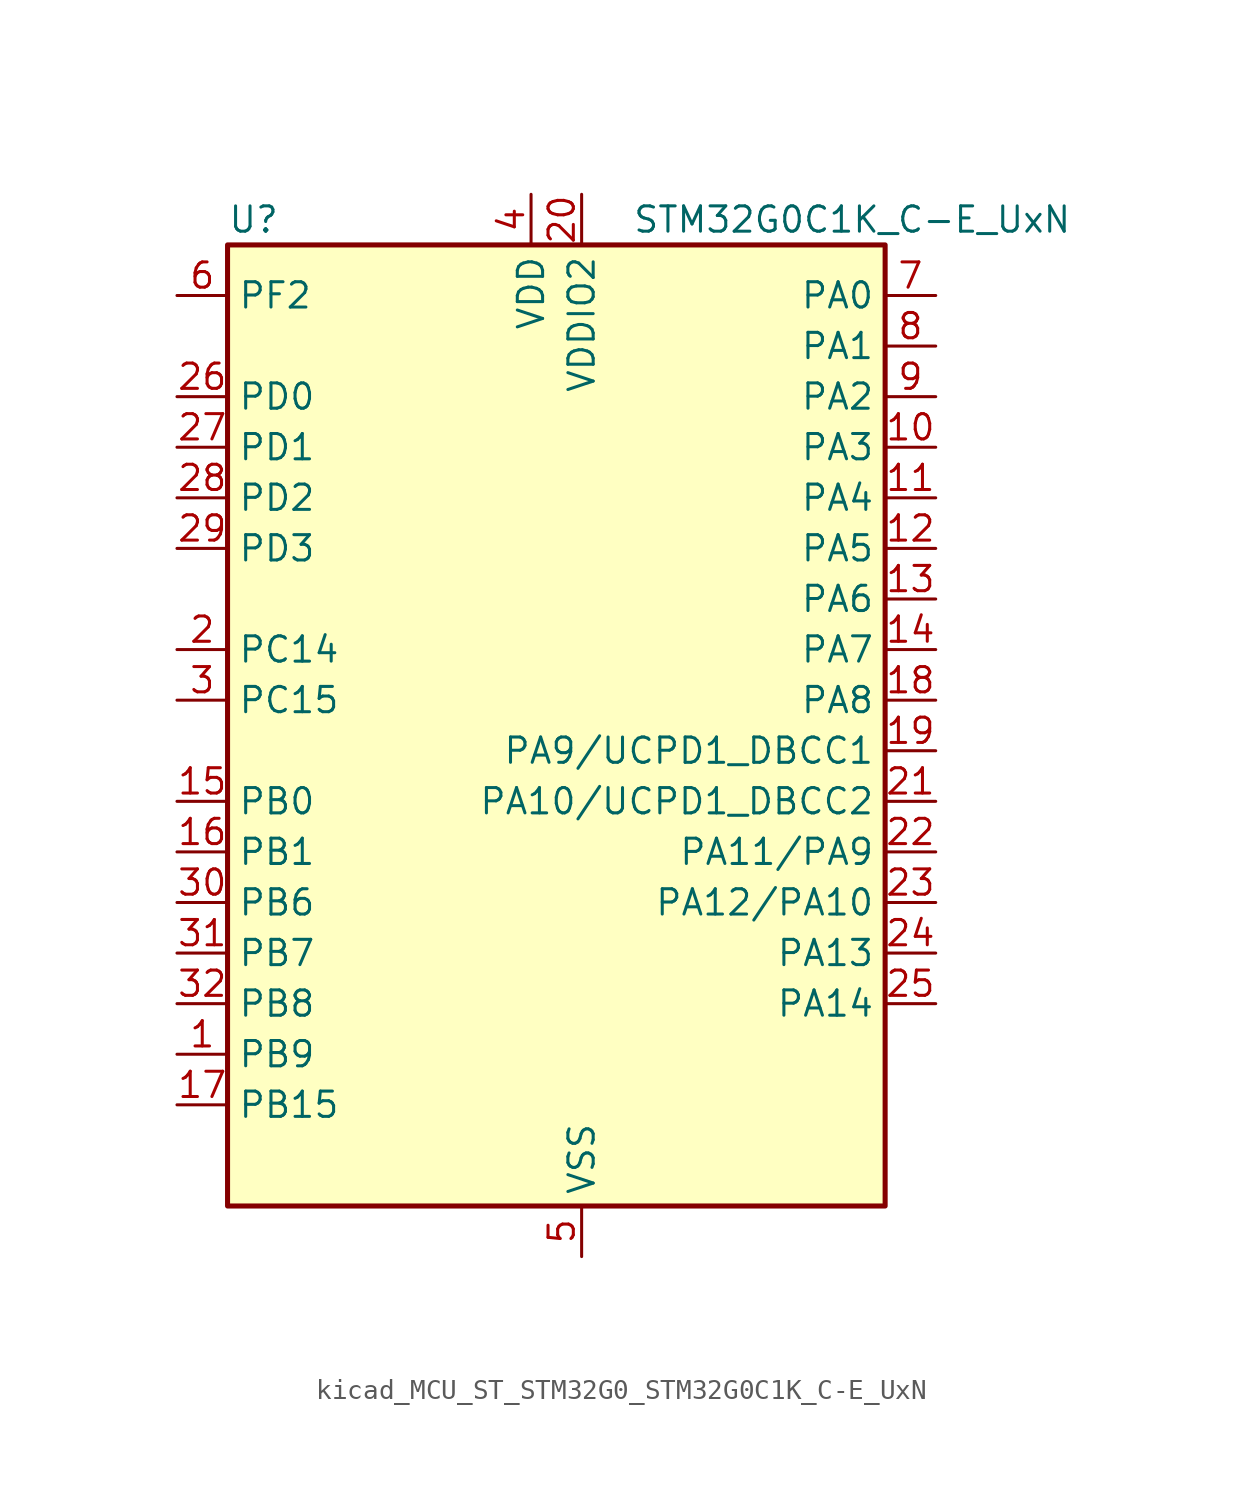
<source format=kicad_sym>
(kicad_symbol_lib
  (version 20220914)
  (generator kicad_symbol_editor)
  (symbol "kicad_MCU_ST_STM32G0_STM32G0C1K_C-E_UxN"
    (property "Reference" "U"
      (at -15.24 26.67 0)
      (effects (font (size 1.27 1.27)) (justify left)))
    (property "Value" "STM32G0C1K_C-E_UxN"
      (at 5.08 26.67 0)
      (effects (font (size 1.27 1.27)) (justify left)))
    (property "ki_locked" ""
      (at 0 0 0)
      (effects (font (size 1.27 1.27))))
    (symbol "kicad_MCU_ST_STM32G0_STM32G0C1K_C-E_UxN_0_1"
      (rectangle (start -15.24 -22.86) (end 17.78 25.4) (stroke (width 0.254) (type default)) (fill (type background))))
    (symbol "kicad_MCU_ST_STM32G0_STM32G0C1K_C-E_UxN_1_1"
      (pin bidirectional line (at -17.78 -15.24 0) (length 2.54) (name "PB9" (effects (font (size 1.27 1.27)))) (number "1" (effects (font (size 1.27 1.27)))) (alternate "DAC1_EXTI9" bidirectional line) (alternate "FDCAN1_TX" bidirectional line) (alternate "I2C1_SDA" bidirectional line) (alternate "I2S2_WS" bidirectional line) (alternate "IR_OUT" bidirectional line) (alternate "SPI2_NSS" bidirectional line) (alternate "TIM17_CH1" bidirectional line) (alternate "TIM4_CH4" bidirectional line) (alternate "UCPD2_FRSTX1" bidirectional line) (alternate "UCPD2_FRSTX2" bidirectional line) (alternate "USART3_RX" bidirectional line) (alternate "USART6_RX" bidirectional line))
      (pin bidirectional line (at 20.32 15.24 180) (length 2.54) (name "PA3" (effects (font (size 1.27 1.27)))) (number "10" (effects (font (size 1.27 1.27)))) (alternate "ADC1_IN3" bidirectional line) (alternate "COMP2_INP" bidirectional line) (alternate "I2S2_MCK" bidirectional line) (alternate "LPUART1_RX" bidirectional line) (alternate "SPI2_MISO" bidirectional line) (alternate "TIM15_CH2" bidirectional line) (alternate "TIM2_CH4" bidirectional line) (alternate "UCPD2_FRSTX1" bidirectional line) (alternate "UCPD2_FRSTX2" bidirectional line) (alternate "USART2_RX" bidirectional line))
      (pin bidirectional line (at 20.32 12.7 180) (length 2.54) (name "PA4" (effects (font (size 1.27 1.27)))) (number "11" (effects (font (size 1.27 1.27)))) (alternate "ADC1_IN4" bidirectional line) (alternate "DAC1_OUT1" bidirectional line) (alternate "I2S1_WS" bidirectional line) (alternate "I2S2_SD" bidirectional line) (alternate "LPTIM2_OUT" bidirectional line) (alternate "RTC_OUT1" bidirectional line) (alternate "RTC_TAMP_IN1" bidirectional line) (alternate "RTC_TS" bidirectional line) (alternate "SPI1_NSS" bidirectional line) (alternate "SPI2_MOSI" bidirectional line) (alternate "SYS_WKUP2" bidirectional line) (alternate "TIM14_CH1" bidirectional line) (alternate "UCPD2_FRSTX1" bidirectional line) (alternate "UCPD2_FRSTX2" bidirectional line) (alternate "USART6_TX" bidirectional line) (alternate "USB_NOE" bidirectional line))
      (pin bidirectional line (at 20.32 10.16 180) (length 2.54) (name "PA5" (effects (font (size 1.27 1.27)))) (number "12" (effects (font (size 1.27 1.27)))) (alternate "ADC1_IN5" bidirectional line) (alternate "CEC" bidirectional line) (alternate "DAC1_OUT2" bidirectional line) (alternate "I2S1_CK" bidirectional line) (alternate "LPTIM2_ETR" bidirectional line) (alternate "SPI1_SCK" bidirectional line) (alternate "TIM2_CH1" bidirectional line) (alternate "TIM2_ETR" bidirectional line) (alternate "UCPD1_FRSTX1" bidirectional line) (alternate "UCPD1_FRSTX2" bidirectional line) (alternate "USART3_TX" bidirectional line) (alternate "USART6_RX" bidirectional line))
      (pin bidirectional line (at 20.32 7.62 180) (length 2.54) (name "PA6" (effects (font (size 1.27 1.27)))) (number "13" (effects (font (size 1.27 1.27)))) (alternate "ADC1_IN6" bidirectional line) (alternate "COMP1_OUT" bidirectional line) (alternate "I2C2_SDA" bidirectional line) (alternate "I2C3_SDA" bidirectional line) (alternate "I2S1_MCK" bidirectional line) (alternate "LPUART1_CTS" bidirectional line) (alternate "SPI1_MISO" bidirectional line) (alternate "TIM16_CH1" bidirectional line) (alternate "TIM1_BK" bidirectional line) (alternate "TIM3_CH1" bidirectional line) (alternate "USART3_CTS" bidirectional line) (alternate "USART3_NSS" bidirectional line) (alternate "USART6_CTS" bidirectional line) (alternate "USART6_NSS" bidirectional line))
      (pin bidirectional line (at 20.32 5.08 180) (length 2.54) (name "PA7" (effects (font (size 1.27 1.27)))) (number "14" (effects (font (size 1.27 1.27)))) (alternate "ADC1_IN7" bidirectional line) (alternate "COMP2_OUT" bidirectional line) (alternate "I2C2_SCL" bidirectional line) (alternate "I2C3_SCL" bidirectional line) (alternate "I2S1_SD" bidirectional line) (alternate "SPI1_MOSI" bidirectional line) (alternate "TIM14_CH1" bidirectional line) (alternate "TIM17_CH1" bidirectional line) (alternate "TIM1_CH1N" bidirectional line) (alternate "TIM3_CH2" bidirectional line) (alternate "UCPD1_FRSTX1" bidirectional line) (alternate "UCPD1_FRSTX2" bidirectional line) (alternate "USART6_CK" bidirectional line) (alternate "USART6_DE" bidirectional line) (alternate "USART6_RTS" bidirectional line))
      (pin bidirectional line (at -17.78 -2.54 0) (length 2.54) (name "PB0" (effects (font (size 1.27 1.27)))) (number "15" (effects (font (size 1.27 1.27)))) (alternate "ADC1_IN8" bidirectional line) (alternate "COMP1_OUT" bidirectional line) (alternate "COMP3_INP" bidirectional line) (alternate "FDCAN2_RX" bidirectional line) (alternate "I2S1_WS" bidirectional line) (alternate "LPTIM1_OUT" bidirectional line) (alternate "LPUART2_CTS" bidirectional line) (alternate "SPI1_NSS" bidirectional line) (alternate "TIM1_CH2N" bidirectional line) (alternate "TIM3_CH3" bidirectional line) (alternate "UCPD1_FRSTX1" bidirectional line) (alternate "UCPD1_FRSTX2" bidirectional line) (alternate "USART3_RX" bidirectional line) (alternate "USART5_TX" bidirectional line))
      (pin bidirectional line (at -17.78 -5.08 0) (length 2.54) (name "PB1" (effects (font (size 1.27 1.27)))) (number "16" (effects (font (size 1.27 1.27)))) (alternate "ADC1_IN9" bidirectional line) (alternate "COMP1_INM" bidirectional line) (alternate "COMP3_OUT" bidirectional line) (alternate "FDCAN2_TX" bidirectional line) (alternate "LPTIM2_IN1" bidirectional line) (alternate "LPUART1_DE" bidirectional line) (alternate "LPUART1_RTS" bidirectional line) (alternate "LPUART2_DE" bidirectional line) (alternate "LPUART2_RTS" bidirectional line) (alternate "TIM14_CH1" bidirectional line) (alternate "TIM1_CH3N" bidirectional line) (alternate "TIM3_CH4" bidirectional line) (alternate "USART3_CK" bidirectional line) (alternate "USART3_DE" bidirectional line) (alternate "USART3_RTS" bidirectional line) (alternate "USART5_RX" bidirectional line))
      (pin bidirectional line (at -17.78 -17.78 0) (length 2.54) (name "PB15" (effects (font (size 1.27 1.27)))) (number "17" (effects (font (size 1.27 1.27)))) (alternate "I2S2_SD" bidirectional line) (alternate "RTC_REFIN" bidirectional line) (alternate "SPI2_MOSI" bidirectional line) (alternate "TIM15_CH1N" bidirectional line) (alternate "TIM15_CH2" bidirectional line) (alternate "TIM1_CH3N" bidirectional line) (alternate "UCPD1_CC2" bidirectional line) (alternate "USART6_CTS" bidirectional line) (alternate "USART6_NSS" bidirectional line))
      (pin bidirectional line (at 20.32 2.54 180) (length 2.54) (name "PA8" (effects (font (size 1.27 1.27)))) (number "18" (effects (font (size 1.27 1.27)))) (alternate "CRS1_SYNC" bidirectional line) (alternate "I2C2_SMBA" bidirectional line) (alternate "I2S2_WS" bidirectional line) (alternate "LPTIM2_OUT" bidirectional line) (alternate "RCC_MCO" bidirectional line) (alternate "SPI2_NSS" bidirectional line) (alternate "TIM1_CH1" bidirectional line) (alternate "UCPD1_CC1" bidirectional line))
      (pin bidirectional line (at 20.32 0 180) (length 2.54) (name "PA9/UCPD1_DBCC1" (effects (font (size 1.27 1.27)))) (number "19" (effects (font (size 1.27 1.27)))) (alternate "DAC1_EXTI9" bidirectional line) (alternate "I2C1_SCL" bidirectional line) (alternate "I2C2_SCL" bidirectional line) (alternate "I2S2_MCK" bidirectional line) (alternate "RCC_MCO" bidirectional line) (alternate "SPI2_MISO" bidirectional line) (alternate "TIM15_BK" bidirectional line) (alternate "TIM1_CH2" bidirectional line) (alternate "UCPD1_DBCC1" bidirectional line) (alternate "USART1_TX" bidirectional line))
      (pin bidirectional line (at -17.78 5.08 0) (length 2.54) (name "PC14" (effects (font (size 1.27 1.27)))) (number "2" (effects (font (size 1.27 1.27)))) (alternate "RCC_OSC32_IN" bidirectional line) (alternate "RCC_OSC_IN" bidirectional line) (alternate "TIM1_BK2" bidirectional line))
      (pin power_in line (at 2.54 27.94 270) (length 2.54) (name "VDDIO2" (effects (font (size 1.27 1.27)))) (number "20" (effects (font (size 1.27 1.27)))))
      (pin bidirectional line (at 20.32 -2.54 180) (length 2.54) (name "PA10/UCPD1_DBCC2" (effects (font (size 1.27 1.27)))) (number "21" (effects (font (size 1.27 1.27)))) (alternate "I2C1_SDA" bidirectional line) (alternate "I2C2_SDA" bidirectional line) (alternate "I2S2_SD" bidirectional line) (alternate "RCC_MCO_2" bidirectional line) (alternate "SPI2_MOSI" bidirectional line) (alternate "TIM17_BK" bidirectional line) (alternate "TIM1_CH3" bidirectional line) (alternate "UCPD1_DBCC2" bidirectional line) (alternate "USART1_RX" bidirectional line))
      (pin bidirectional line (at 20.32 -5.08 180) (length 2.54) (name "PA11/PA9" (effects (font (size 1.27 1.27)))) (number "22" (effects (font (size 1.27 1.27)))) (alternate "ADC1_EXTI11" bidirectional line) (alternate "COMP1_OUT" bidirectional line) (alternate "FDCAN1_RX" bidirectional line) (alternate "I2C2_SCL" bidirectional line) (alternate "I2S1_MCK" bidirectional line) (alternate "SPI1_MISO" bidirectional line) (alternate "TIM1_BK2" bidirectional line) (alternate "TIM1_CH4" bidirectional line) (alternate "USART1_CTS" bidirectional line) (alternate "USART1_NSS" bidirectional line) (alternate "USB_DM" bidirectional line))
      (pin bidirectional line (at 20.32 -7.62 180) (length 2.54) (name "PA12/PA10" (effects (font (size 1.27 1.27)))) (number "23" (effects (font (size 1.27 1.27)))) (alternate "COMP2_OUT" bidirectional line) (alternate "FDCAN1_TX" bidirectional line) (alternate "I2C2_SDA" bidirectional line) (alternate "I2S1_SD" bidirectional line) (alternate "I2S_CKIN" bidirectional line) (alternate "SPI1_MOSI" bidirectional line) (alternate "TIM1_ETR" bidirectional line) (alternate "USART1_CK" bidirectional line) (alternate "USART1_DE" bidirectional line) (alternate "USART1_RTS" bidirectional line) (alternate "USB_DP" bidirectional line))
      (pin bidirectional line (at 20.32 -10.16 180) (length 2.54) (name "PA13" (effects (font (size 1.27 1.27)))) (number "24" (effects (font (size 1.27 1.27)))) (alternate "IR_OUT" bidirectional line) (alternate "LPUART2_RX" bidirectional line) (alternate "SYS_SWDIO" bidirectional line) (alternate "USB_NOE" bidirectional line))
      (pin bidirectional line (at 20.32 -12.7 180) (length 2.54) (name "PA14" (effects (font (size 1.27 1.27)))) (number "25" (effects (font (size 1.27 1.27)))) (alternate "LPUART2_TX" bidirectional line) (alternate "SYS_SWCLK" bidirectional line) (alternate "USART2_TX" bidirectional line))
      (pin bidirectional line (at -17.78 17.78 0) (length 2.54) (name "PD0" (effects (font (size 1.27 1.27)))) (number "26" (effects (font (size 1.27 1.27)))) (alternate "FDCAN1_RX" bidirectional line) (alternate "I2S2_WS" bidirectional line) (alternate "SPI2_NSS" bidirectional line) (alternate "TIM16_CH1" bidirectional line) (alternate "UCPD2_CC1" bidirectional line))
      (pin bidirectional line (at -17.78 15.24 0) (length 2.54) (name "PD1" (effects (font (size 1.27 1.27)))) (number "27" (effects (font (size 1.27 1.27)))) (alternate "FDCAN1_TX" bidirectional line) (alternate "I2S2_CK" bidirectional line) (alternate "SPI2_SCK" bidirectional line) (alternate "TIM17_CH1" bidirectional line) (alternate "UCPD2_DBCC1" bidirectional line))
      (pin bidirectional line (at -17.78 12.7 0) (length 2.54) (name "PD2" (effects (font (size 1.27 1.27)))) (number "28" (effects (font (size 1.27 1.27)))) (alternate "TIM1_CH1N" bidirectional line) (alternate "TIM3_ETR" bidirectional line) (alternate "UCPD2_CC2" bidirectional line) (alternate "USART3_CK" bidirectional line) (alternate "USART3_DE" bidirectional line) (alternate "USART3_RTS" bidirectional line) (alternate "USART5_RX" bidirectional line))
      (pin bidirectional line (at -17.78 10.16 0) (length 2.54) (name "PD3" (effects (font (size 1.27 1.27)))) (number "29" (effects (font (size 1.27 1.27)))) (alternate "I2S2_MCK" bidirectional line) (alternate "SPI2_MISO" bidirectional line) (alternate "TIM1_CH2N" bidirectional line) (alternate "UCPD2_DBCC2" bidirectional line) (alternate "USART2_CTS" bidirectional line) (alternate "USART2_NSS" bidirectional line) (alternate "USART5_TX" bidirectional line))
      (pin bidirectional line (at -17.78 2.54 0) (length 2.54) (name "PC15" (effects (font (size 1.27 1.27)))) (number "3" (effects (font (size 1.27 1.27)))) (alternate "RCC_OSC32_EN" bidirectional line) (alternate "RCC_OSC32_OUT" bidirectional line) (alternate "RCC_OSC_EN" bidirectional line) (alternate "TIM15_BK" bidirectional line))
      (pin bidirectional line (at -17.78 -7.62 0) (length 2.54) (name "PB6" (effects (font (size 1.27 1.27)))) (number "30" (effects (font (size 1.27 1.27)))) (alternate "COMP2_INP" bidirectional line) (alternate "FDCAN2_TX" bidirectional line) (alternate "I2C1_SCL" bidirectional line) (alternate "I2S2_MCK" bidirectional line) (alternate "LPTIM1_ETR" bidirectional line) (alternate "LPUART2_TX" bidirectional line) (alternate "SPI2_MISO" bidirectional line) (alternate "TIM16_CH1N" bidirectional line) (alternate "TIM1_CH3" bidirectional line) (alternate "TIM4_CH1" bidirectional line) (alternate "USART1_TX" bidirectional line) (alternate "USART5_CTS" bidirectional line) (alternate "USART5_NSS" bidirectional line))
      (pin bidirectional line (at -17.78 -10.16 0) (length 2.54) (name "PB7" (effects (font (size 1.27 1.27)))) (number "31" (effects (font (size 1.27 1.27)))) (alternate "COMP2_INM" bidirectional line) (alternate "I2C1_SDA" bidirectional line) (alternate "I2S2_SD" bidirectional line) (alternate "LPTIM1_IN2" bidirectional line) (alternate "LPUART2_RX" bidirectional line) (alternate "SPI2_MOSI" bidirectional line) (alternate "SYS_PVD_IN" bidirectional line) (alternate "TIM17_CH1N" bidirectional line) (alternate "TIM4_CH2" bidirectional line) (alternate "USART1_RX" bidirectional line) (alternate "USART4_CTS" bidirectional line) (alternate "USART4_NSS" bidirectional line))
      (pin bidirectional line (at -17.78 -12.7 0) (length 2.54) (name "PB8" (effects (font (size 1.27 1.27)))) (number "32" (effects (font (size 1.27 1.27)))) (alternate "CEC" bidirectional line) (alternate "FDCAN1_RX" bidirectional line) (alternate "I2C1_SCL" bidirectional line) (alternate "I2S2_CK" bidirectional line) (alternate "SPI2_SCK" bidirectional line) (alternate "TIM15_BK" bidirectional line) (alternate "TIM16_CH1" bidirectional line) (alternate "TIM4_CH3" bidirectional line) (alternate "USART3_TX" bidirectional line) (alternate "USART6_TX" bidirectional line))
      (pin passive line (at 2.54 -25.4 90) (length 2.54) hide (name "VSS" (effects (font (size 1.27 1.27)))) (number "33" (effects (font (size 1.27 1.27)))))
      (pin power_in line (at 0 27.94 270) (length 2.54) (name "VDD" (effects (font (size 1.27 1.27)))) (number "4" (effects (font (size 1.27 1.27)))))
      (pin power_in line (at 2.54 -25.4 90) (length 2.54) (name "VSS" (effects (font (size 1.27 1.27)))) (number "5" (effects (font (size 1.27 1.27)))))
      (pin bidirectional line (at -17.78 22.86 0) (length 2.54) (name "PF2" (effects (font (size 1.27 1.27)))) (number "6" (effects (font (size 1.27 1.27)))) (alternate "LPUART2_DE" bidirectional line) (alternate "LPUART2_RTS" bidirectional line) (alternate "LPUART2_TX" bidirectional line) (alternate "RCC_MCO" bidirectional line))
      (pin bidirectional line (at 20.32 22.86 180) (length 2.54) (name "PA0" (effects (font (size 1.27 1.27)))) (number "7" (effects (font (size 1.27 1.27)))) (alternate "ADC1_IN0" bidirectional line) (alternate "COMP1_INM" bidirectional line) (alternate "COMP1_OUT" bidirectional line) (alternate "I2S2_CK" bidirectional line) (alternate "LPTIM1_OUT" bidirectional line) (alternate "RTC_TAMP_IN2" bidirectional line) (alternate "SPI2_SCK" bidirectional line) (alternate "SYS_WKUP1" bidirectional line) (alternate "TIM2_CH1" bidirectional line) (alternate "TIM2_ETR" bidirectional line) (alternate "UCPD2_FRSTX1" bidirectional line) (alternate "UCPD2_FRSTX2" bidirectional line) (alternate "USART2_CTS" bidirectional line) (alternate "USART2_NSS" bidirectional line) (alternate "USART4_TX" bidirectional line))
      (pin bidirectional line (at 20.32 20.32 180) (length 2.54) (name "PA1" (effects (font (size 1.27 1.27)))) (number "8" (effects (font (size 1.27 1.27)))) (alternate "ADC1_IN1" bidirectional line) (alternate "COMP1_INP" bidirectional line) (alternate "I2C1_SMBA" bidirectional line) (alternate "I2S1_CK" bidirectional line) (alternate "SPI1_SCK" bidirectional line) (alternate "TIM15_CH1N" bidirectional line) (alternate "TIM2_CH2" bidirectional line) (alternate "USART2_CK" bidirectional line) (alternate "USART2_DE" bidirectional line) (alternate "USART2_RTS" bidirectional line) (alternate "USART4_RX" bidirectional line))
      (pin bidirectional line (at 20.32 17.78 180) (length 2.54) (name "PA2" (effects (font (size 1.27 1.27)))) (number "9" (effects (font (size 1.27 1.27)))) (alternate "ADC1_IN2" bidirectional line) (alternate "COMP2_INM" bidirectional line) (alternate "COMP2_OUT" bidirectional line) (alternate "I2S1_SD" bidirectional line) (alternate "LPUART1_TX" bidirectional line) (alternate "RCC_LSCO" bidirectional line) (alternate "SPI1_MOSI" bidirectional line) (alternate "SYS_WKUP4" bidirectional line) (alternate "TIM15_CH1" bidirectional line) (alternate "TIM2_CH3" bidirectional line) (alternate "UCPD1_FRSTX1" bidirectional line) (alternate "UCPD1_FRSTX2" bidirectional line) (alternate "USART2_TX" bidirectional line)))))
</source>
